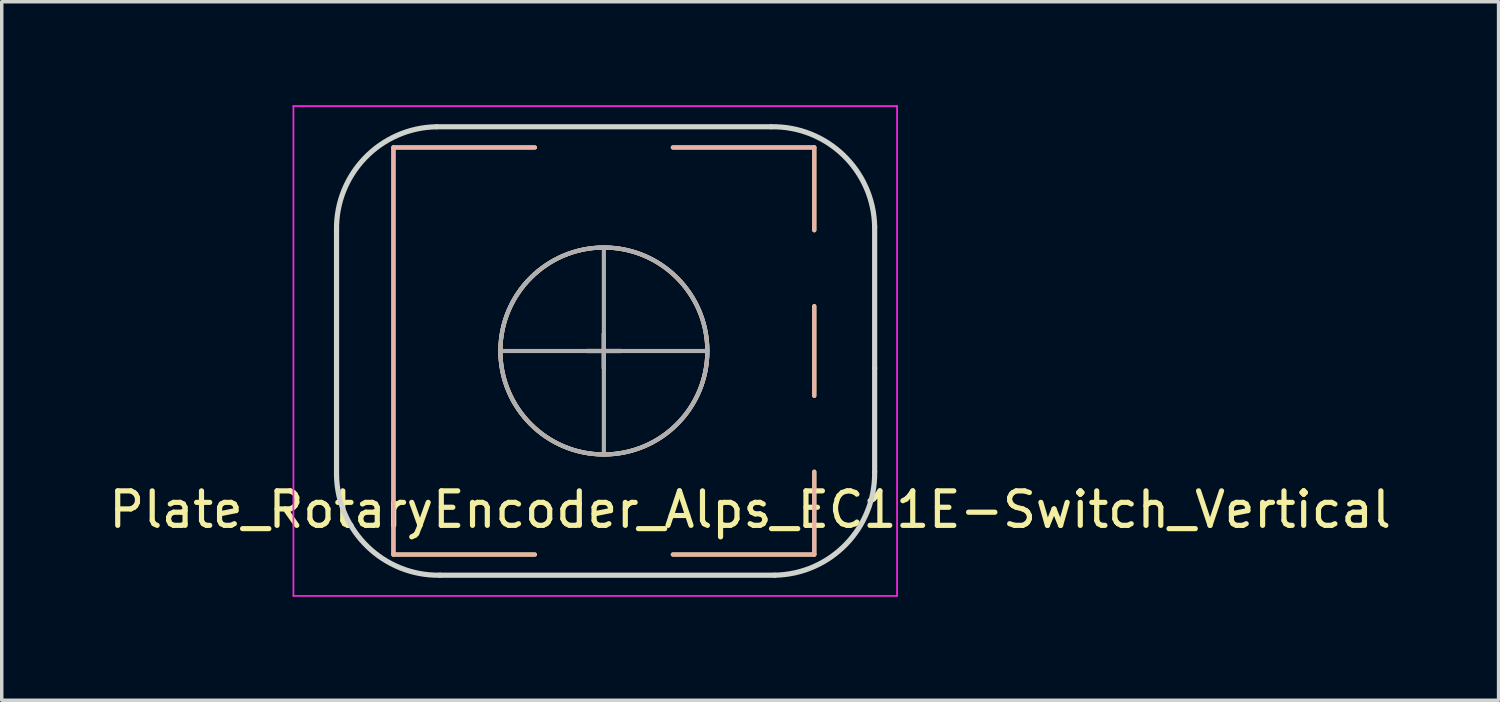
<source format=kicad_pcb>
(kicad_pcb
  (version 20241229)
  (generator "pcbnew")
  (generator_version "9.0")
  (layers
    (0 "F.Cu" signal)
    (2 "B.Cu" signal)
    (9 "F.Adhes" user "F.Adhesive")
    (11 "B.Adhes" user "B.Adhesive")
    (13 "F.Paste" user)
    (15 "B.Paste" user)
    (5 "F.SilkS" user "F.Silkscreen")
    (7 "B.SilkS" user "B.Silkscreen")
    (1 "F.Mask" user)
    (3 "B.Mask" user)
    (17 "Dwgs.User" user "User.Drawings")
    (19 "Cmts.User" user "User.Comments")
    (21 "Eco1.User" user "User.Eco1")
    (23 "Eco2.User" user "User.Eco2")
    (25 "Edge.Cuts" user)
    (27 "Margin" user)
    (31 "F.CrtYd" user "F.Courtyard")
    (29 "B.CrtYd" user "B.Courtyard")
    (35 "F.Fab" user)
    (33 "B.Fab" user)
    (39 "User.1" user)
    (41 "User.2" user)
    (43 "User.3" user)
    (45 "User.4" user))
  (footprint "Plate_RotaryEncoder_Alps_EC11E-Switch_Vertical"
    (layer "F.Cu")
    (at 14.456 7.125)
    (property "Reference" "Plate_RotaryEncoder_Alps_EC11E-Switch_Vertical" (at 4.24 4.6 0) (layer "F.SilkS") (effects (font (size 1 1) (thickness 0.15))))
    (attr through_hole)
    (fp_line (start -6.1 -5.9) (end -6.1 5.9) (stroke (width 0.12) (type solid)) (layer "F.SilkS"))
    (fp_line (start -2 -5.9) (end -6.1 -5.9) (stroke (width 0.12) (type solid)) (layer "F.SilkS"))
    (fp_line (start -2 5.9) (end -6.1 5.9) (stroke (width 0.12) (type solid)) (layer "F.SilkS"))
    (fp_line (start -0.5 0) (end 0.5 0) (stroke (width 0.12) (type solid)) (layer "F.SilkS"))
    (fp_line (start 0 -0.5) (end 0 0.5) (stroke (width 0.12) (type solid)) (layer "F.SilkS"))
    (fp_line (start 2 -5.9) (end 6.1 -5.9) (stroke (width 0.12) (type solid)) (layer "F.SilkS"))
    (fp_line (start 6.1 -5.9) (end 6.1 -3.5) (stroke (width 0.12) (type solid)) (layer "F.SilkS"))
    (fp_line (start 6.1 -1.3) (end 6.1 1.3) (stroke (width 0.12) (type solid)) (layer "F.SilkS"))
    (fp_line (start 6.1 3.5) (end 6.1 5.9) (stroke (width 0.12) (type solid)) (layer "F.SilkS"))
    (fp_line (start 6.1 5.9) (end 2 5.9) (stroke (width 0.12) (type solid)) (layer "F.SilkS"))
    (fp_circle (center 0 0) (end 3 0) (stroke (width 0.12) (type solid)) (fill no) (layer "F.SilkS"))
    (fp_line (start -6.1 -5.9) (end -6.1 5.9) (stroke (width 0.12) (type solid)) (layer "B.SilkS"))
    (fp_line (start -2 -5.9) (end -6.1 -5.9) (stroke (width 0.12) (type solid)) (layer "B.SilkS"))
    (fp_line (start -2 5.9) (end -6.1 5.9) (stroke (width 0.12) (type solid)) (layer "B.SilkS"))
    (fp_line (start -0.5 0) (end 0.5 0) (stroke (width 0.12) (type solid)) (layer "B.SilkS"))
    (fp_line (start 0 -0.5) (end 0 0.5) (stroke (width 0.12) (type solid)) (layer "B.SilkS"))
    (fp_line (start 2 -5.9) (end 6.1 -5.9) (stroke (width 0.12) (type solid)) (layer "B.SilkS"))
    (fp_line (start 6.1 -5.9) (end 6.1 -3.5) (stroke (width 0.12) (type solid)) (layer "B.SilkS"))
    (fp_line (start 6.1 -1.3) (end 6.1 1.3) (stroke (width 0.12) (type solid)) (layer "B.SilkS"))
    (fp_line (start 6.1 3.5) (end 6.1 5.9) (stroke (width 0.12) (type solid)) (layer "B.SilkS"))
    (fp_line (start 6.1 5.9) (end 2 5.9) (stroke (width 0.12) (type solid)) (layer "B.SilkS"))
    (fp_circle (center 0 0) (end 3 0) (stroke (width 0.12) (type solid)) (fill no) (layer "B.SilkS"))
    (fp_line (start -7.75 -3.5) (end -7.75 3.6) (stroke (width 0.15) (type solid)) (layer "Edge.Cuts"))
    (fp_line (start -4.75 6.5) (end 4.95 6.5) (stroke (width 0.15) (type solid)) (layer "Edge.Cuts"))
    (fp_line (start 4.85 -6.5) (end -4.85 -6.5) (stroke (width 0.15) (type solid)) (layer "Edge.Cuts"))
    (fp_line (start 7.85 0.5) (end 7.85 -3.6) (stroke (width 0.15) (type solid)) (layer "Edge.Cuts"))
    (fp_line (start 7.85 3.5) (end 7.85 0.5) (stroke (width 0.15) (type solid)) (layer "Edge.Cuts"))
    (fp_arc (start -7.75 -3.5) (mid -6.92132 -5.60061) (end -4.85 -6.5) (stroke (width 0.15) (type solid)) (layer "Edge.Cuts"))
    (fp_arc (start -4.75 6.5) (mid -6.85061 5.67132) (end -7.75 3.6) (stroke (width 0.15) (type solid)) (layer "Edge.Cuts"))
    (fp_arc (start 4.85 -6.5) (mid 6.95061 -5.67132) (end 7.85 -3.6) (stroke (width 0.15) (type solid)) (layer "Edge.Cuts"))
    (fp_arc (start 7.85 3.5) (mid 7.02132 5.60061) (end 4.95 6.5) (stroke (width 0.15) (type solid)) (layer "Edge.Cuts"))
    (fp_line (start -9 -7.1) (end -9 7.1) (stroke (width 0.05) (type solid)) (layer "F.CrtYd"))
    (fp_line (start -9 -7.1) (end 8.5 -7.1) (stroke (width 0.05) (type solid)) (layer "F.CrtYd"))
    (fp_line (start 8.5 7.1) (end -9 7.1) (stroke (width 0.05) (type solid)) (layer "F.CrtYd"))
    (fp_line (start 8.5 7.1) (end 8.5 -7.1) (stroke (width 0.05) (type solid)) (layer "F.CrtYd"))
    (fp_line (start -3 0) (end 3 0) (stroke (width 0.12) (type solid)) (layer "F.Fab"))
    (fp_line (start 0 -3) (end 0 3) (stroke (width 0.12) (type solid)) (layer "F.Fab"))
    (fp_circle (center 0 0) (end 3 0) (stroke (width 0.12) (type solid)) (fill no) (layer "F.Fab")))
  (gr_rect
    (start -3 -3)
    (end 40.393 17.25)
    (stroke (width 0.1) (type default))
    (fill no)
    (layer "Edge.Cuts")))
</source>
